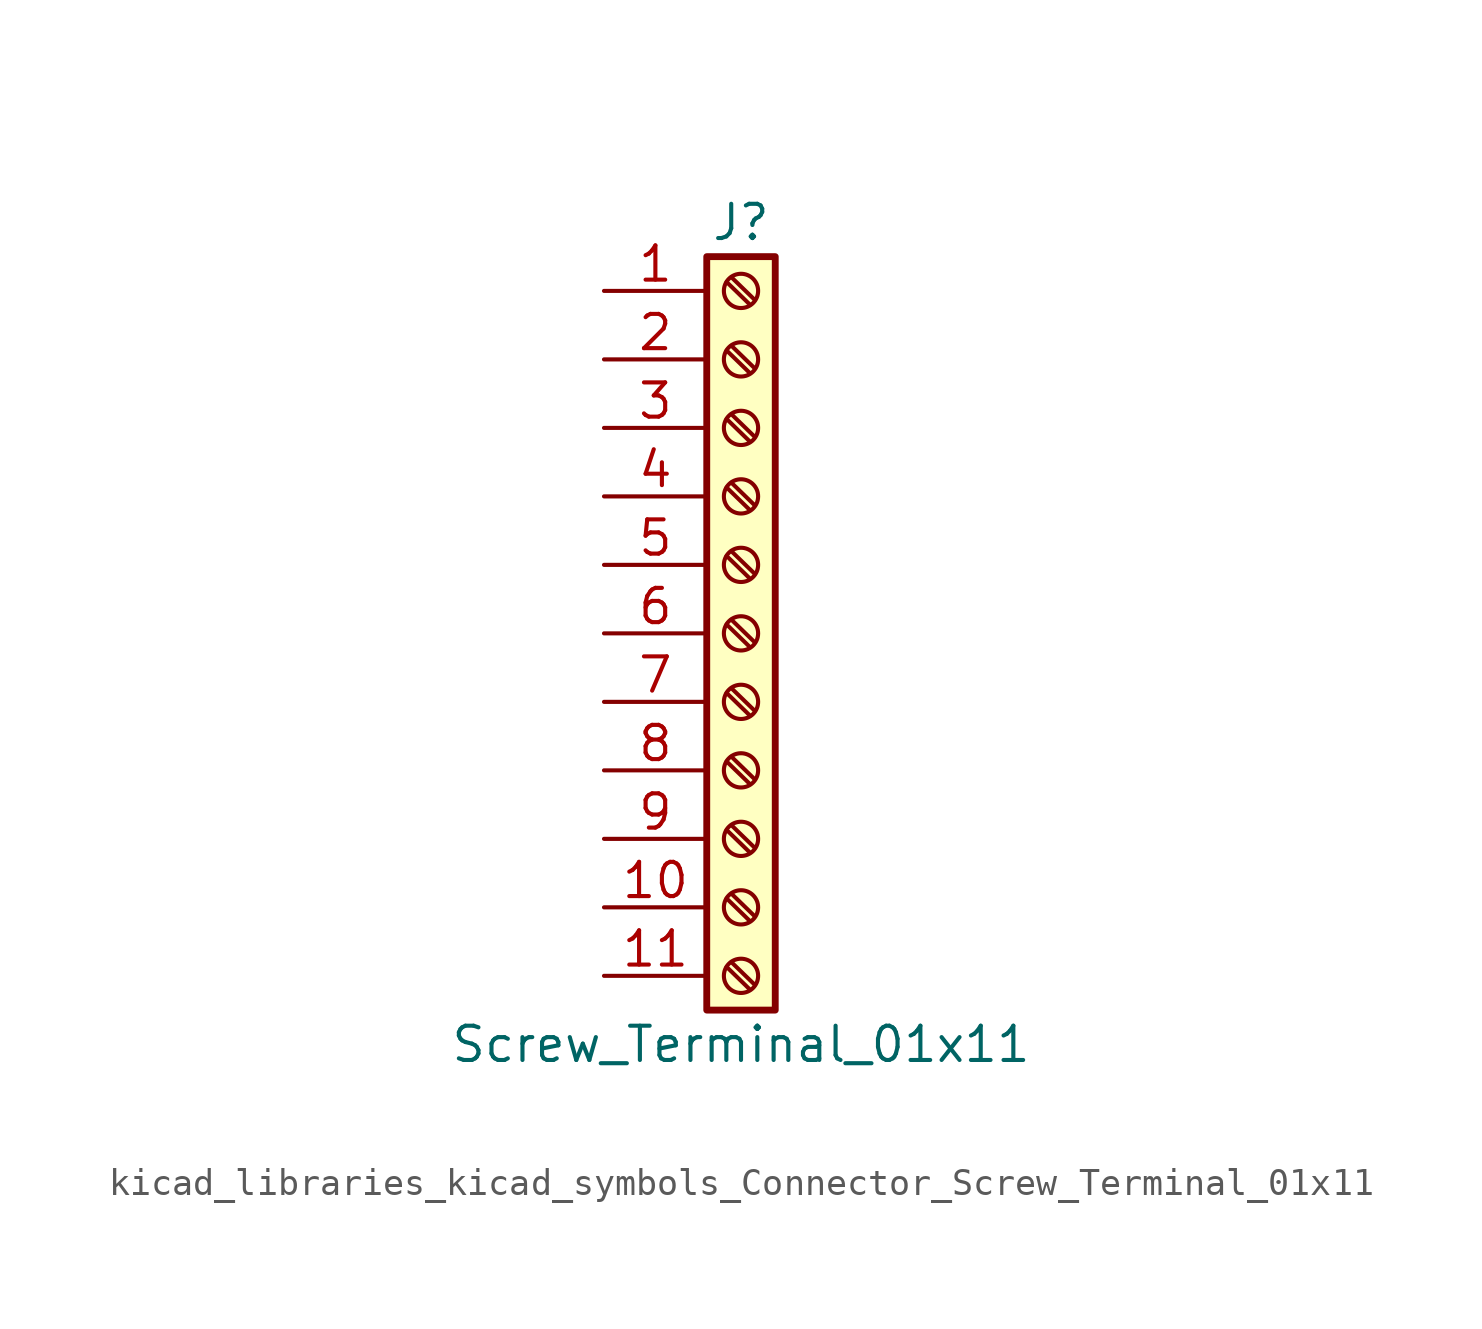
<source format=kicad_sym>
(kicad_symbol_lib
  (version 20220914)
  (generator kicad_symbol_editor)
  (symbol "kicad_libraries_kicad_symbols_Connector_Screw_Terminal_01x11"
    (pin_names
      (offset 1.016) hide)
    (property "Reference" "J"
      (at 0 15.24 0)
      (effects (font (size 1.27 1.27))))
    (property "Value" "Screw_Terminal_01x11"
      (at 0 -15.24 0)
      (effects (font (size 1.27 1.27))))
    (symbol "kicad_libraries_kicad_symbols_Connector_Screw_Terminal_01x11_1_1"
      (rectangle (start -1.27 13.97) (end 1.27 -13.97) (stroke (width 0.254) (type default)) (fill (type background)))
      (circle (center 0 -12.7) (radius 0.635) (stroke (width 0.152) (type default)) (fill (type none)))
      (circle (center 0 -10.16) (radius 0.635) (stroke (width 0.152) (type default)) (fill (type none)))
      (circle (center 0 -7.62) (radius 0.635) (stroke (width 0.152) (type default)) (fill (type none)))
      (circle (center 0 -5.08) (radius 0.635) (stroke (width 0.152) (type default)) (fill (type none)))
      (circle (center 0 -2.54) (radius 0.635) (stroke (width 0.152) (type default)) (fill (type none)))
      (polyline (pts (xy -0.533 -12.37) (xy 0.33 -13.208)) (stroke (width 0.152) (type default)) (fill (type none)))
      (polyline (pts (xy -0.533 -9.83) (xy 0.33 -10.668)) (stroke (width 0.152) (type default)) (fill (type none)))
      (polyline (pts (xy -0.533 -7.29) (xy 0.33 -8.128)) (stroke (width 0.152) (type default)) (fill (type none)))
      (polyline (pts (xy -0.533 -4.75) (xy 0.33 -5.588)) (stroke (width 0.152) (type default)) (fill (type none)))
      (polyline (pts (xy -0.533 -2.21) (xy 0.33 -3.048)) (stroke (width 0.152) (type default)) (fill (type none)))
      (polyline (pts (xy -0.533 0.33) (xy 0.33 -0.508)) (stroke (width 0.152) (type default)) (fill (type none)))
      (polyline (pts (xy -0.533 2.87) (xy 0.33 2.032)) (stroke (width 0.152) (type default)) (fill (type none)))
      (polyline (pts (xy -0.533 5.41) (xy 0.33 4.572)) (stroke (width 0.152) (type default)) (fill (type none)))
      (polyline (pts (xy -0.533 7.95) (xy 0.33 7.112)) (stroke (width 0.152) (type default)) (fill (type none)))
      (polyline (pts (xy -0.533 10.49) (xy 0.33 9.652)) (stroke (width 0.152) (type default)) (fill (type none)))
      (polyline (pts (xy -0.533 13.03) (xy 0.33 12.192)) (stroke (width 0.152) (type default)) (fill (type none)))
      (polyline (pts (xy -0.356 -12.192) (xy 0.508 -13.03)) (stroke (width 0.152) (type default)) (fill (type none)))
      (polyline (pts (xy -0.356 -9.652) (xy 0.508 -10.49)) (stroke (width 0.152) (type default)) (fill (type none)))
      (polyline (pts (xy -0.356 -7.112) (xy 0.508 -7.95)) (stroke (width 0.152) (type default)) (fill (type none)))
      (polyline (pts (xy -0.356 -4.572) (xy 0.508 -5.41)) (stroke (width 0.152) (type default)) (fill (type none)))
      (polyline (pts (xy -0.356 -2.032) (xy 0.508 -2.87)) (stroke (width 0.152) (type default)) (fill (type none)))
      (polyline (pts (xy -0.356 0.508) (xy 0.508 -0.33)) (stroke (width 0.152) (type default)) (fill (type none)))
      (polyline (pts (xy -0.356 3.048) (xy 0.508 2.21)) (stroke (width 0.152) (type default)) (fill (type none)))
      (polyline (pts (xy -0.356 5.588) (xy 0.508 4.75)) (stroke (width 0.152) (type default)) (fill (type none)))
      (polyline (pts (xy -0.356 8.128) (xy 0.508 7.29)) (stroke (width 0.152) (type default)) (fill (type none)))
      (polyline (pts (xy -0.356 10.668) (xy 0.508 9.83)) (stroke (width 0.152) (type default)) (fill (type none)))
      (polyline (pts (xy -0.356 13.208) (xy 0.508 12.37)) (stroke (width 0.152) (type default)) (fill (type none)))
      (circle (center 0 0) (radius 0.635) (stroke (width 0.152) (type default)) (fill (type none)))
      (circle (center 0 2.54) (radius 0.635) (stroke (width 0.152) (type default)) (fill (type none)))
      (circle (center 0 5.08) (radius 0.635) (stroke (width 0.152) (type default)) (fill (type none)))
      (circle (center 0 7.62) (radius 0.635) (stroke (width 0.152) (type default)) (fill (type none)))
      (circle (center 0 10.16) (radius 0.635) (stroke (width 0.152) (type default)) (fill (type none)))
      (circle (center 0 12.7) (radius 0.635) (stroke (width 0.152) (type default)) (fill (type none)))
      (pin passive line (at -5.08 12.7 0) (length 3.81) (name "Pin_1" (effects (font (size 1.27 1.27)))) (number "1" (effects (font (size 1.27 1.27)))))
      (pin passive line (at -5.08 -10.16 0) (length 3.81) (name "Pin_10" (effects (font (size 1.27 1.27)))) (number "10" (effects (font (size 1.27 1.27)))))
      (pin passive line (at -5.08 -12.7 0) (length 3.81) (name "Pin_11" (effects (font (size 1.27 1.27)))) (number "11" (effects (font (size 1.27 1.27)))))
      (pin passive line (at -5.08 10.16 0) (length 3.81) (name "Pin_2" (effects (font (size 1.27 1.27)))) (number "2" (effects (font (size 1.27 1.27)))))
      (pin passive line (at -5.08 7.62 0) (length 3.81) (name "Pin_3" (effects (font (size 1.27 1.27)))) (number "3" (effects (font (size 1.27 1.27)))))
      (pin passive line (at -5.08 5.08 0) (length 3.81) (name "Pin_4" (effects (font (size 1.27 1.27)))) (number "4" (effects (font (size 1.27 1.27)))))
      (pin passive line (at -5.08 2.54 0) (length 3.81) (name "Pin_5" (effects (font (size 1.27 1.27)))) (number "5" (effects (font (size 1.27 1.27)))))
      (pin passive line (at -5.08 0 0) (length 3.81) (name "Pin_6" (effects (font (size 1.27 1.27)))) (number "6" (effects (font (size 1.27 1.27)))))
      (pin passive line (at -5.08 -2.54 0) (length 3.81) (name "Pin_7" (effects (font (size 1.27 1.27)))) (number "7" (effects (font (size 1.27 1.27)))))
      (pin passive line (at -5.08 -5.08 0) (length 3.81) (name "Pin_8" (effects (font (size 1.27 1.27)))) (number "8" (effects (font (size 1.27 1.27)))))
      (pin passive line (at -5.08 -7.62 0) (length 3.81) (name "Pin_9" (effects (font (size 1.27 1.27)))) (number "9" (effects (font (size 1.27 1.27))))))))
</source>
